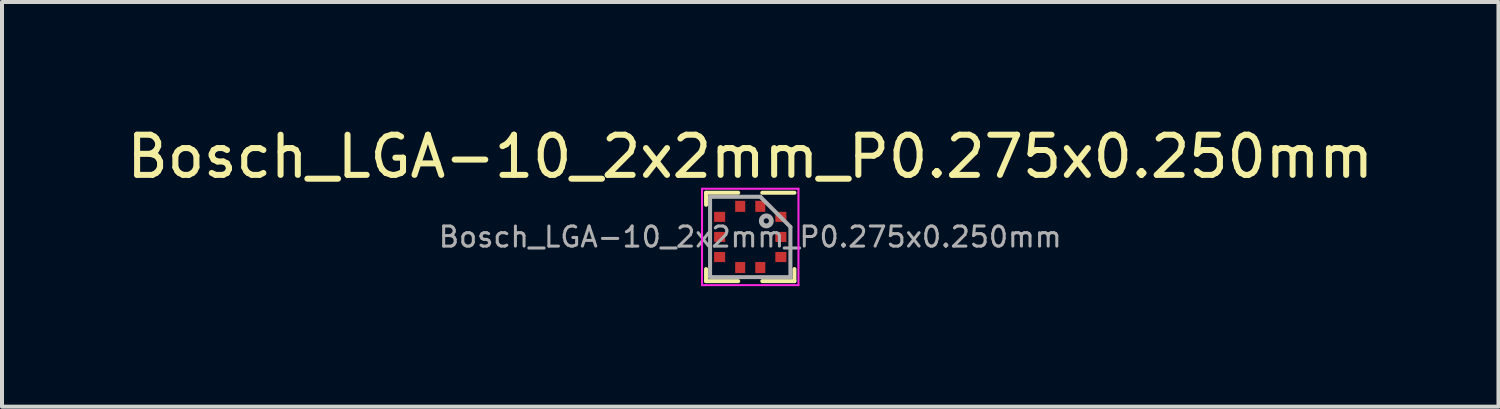
<source format=kicad_pcb>
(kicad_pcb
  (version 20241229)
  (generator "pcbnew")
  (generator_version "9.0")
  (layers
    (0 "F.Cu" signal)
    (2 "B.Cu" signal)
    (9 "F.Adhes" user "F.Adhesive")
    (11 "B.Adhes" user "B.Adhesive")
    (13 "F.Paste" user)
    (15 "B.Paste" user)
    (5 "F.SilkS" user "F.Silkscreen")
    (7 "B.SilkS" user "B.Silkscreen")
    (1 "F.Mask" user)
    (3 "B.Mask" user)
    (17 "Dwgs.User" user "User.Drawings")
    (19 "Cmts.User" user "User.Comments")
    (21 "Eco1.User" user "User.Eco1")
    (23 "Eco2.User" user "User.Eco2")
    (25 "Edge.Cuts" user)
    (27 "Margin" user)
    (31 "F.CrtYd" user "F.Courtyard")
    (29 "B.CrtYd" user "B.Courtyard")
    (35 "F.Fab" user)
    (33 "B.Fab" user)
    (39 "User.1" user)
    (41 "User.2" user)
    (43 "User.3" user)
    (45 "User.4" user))
  (footprint "Bosch_LGA-10_2x2mm_P0.275x0.250mm"
    (layer "F.Cu")
    (at 15.625 2.848)
    (property "Reference" "Bosch_LGA-10_2x2mm_P0.275x0.250mm" (at 0 -2 0) (layer "F.SilkS") (effects (font (size 1 1) (thickness 0.15))))
    (attr smd)
    (fp_line (start -1.1 -1.1) (end -0.3 -1.1) (stroke (width 0.1) (type solid)) (layer "F.SilkS"))
    (fp_line (start -1.1 -0.8) (end -1.1 -1.1) (stroke (width 0.1) (type solid)) (layer "F.SilkS"))
    (fp_line (start -1.1 1.1) (end -1.1 0.8) (stroke (width 0.1) (type solid)) (layer "F.SilkS"))
    (fp_line (start -1.1 1.1) (end -0.3 1.1) (stroke (width 0.1) (type solid)) (layer "F.SilkS"))
    (fp_line (start 0.3 -1.1) (end 1.1 -1.1) (stroke (width 0.1) (type solid)) (layer "F.SilkS"))
    (fp_line (start 1.1 0.8) (end 1.1 1.1) (stroke (width 0.1) (type solid)) (layer "F.SilkS"))
    (fp_line (start 1.1 1.1) (end 0.3 1.1) (stroke (width 0.1) (type solid)) (layer "F.SilkS"))
    (fp_line (start -1.2 -1.2) (end 1.2 -1.2) (stroke (width 0.05) (type solid)) (layer "F.CrtYd"))
    (fp_line (start -1.2 1.2) (end -1.2 -1.2) (stroke (width 0.05) (type solid)) (layer "F.CrtYd"))
    (fp_line (start 1.2 -1.2) (end 1.2 1.2) (stroke (width 0.05) (type solid)) (layer "F.CrtYd"))
    (fp_line (start 1.2 1.2) (end -1.2 1.2) (stroke (width 0.05) (type solid)) (layer "F.CrtYd"))
    (fp_line (start -1 -1) (end 0.25 -1) (stroke (width 0.1) (type solid)) (layer "F.Fab"))
    (fp_line (start -1 1) (end -1 -1) (stroke (width 0.1) (type solid)) (layer "F.Fab"))
    (fp_line (start 0.25 -1) (end 1 -0.25) (stroke (width 0.1) (type solid)) (layer "F.Fab"))
    (fp_line (start 1 -0.25) (end 1 1) (stroke (width 0.1) (type solid)) (layer "F.Fab"))
    (fp_line (start 1 1) (end -1 1) (stroke (width 0.1) (type solid)) (layer "F.Fab"))
    (fp_circle (center 0.4 -0.4) (end 0.525 -0.4) (stroke (width 0.12) (type solid)) (fill no) (layer "F.Fab"))
    (fp_text user "${REFERENCE}" (at 0 0 0) (layer "F.Fab") (effects (font (size 0.5 0.5) (thickness 0.075))))
    (pad "1" smd rect (at 0.25 -0.762 90) (size 0.275 0.25) (layers "F.Cu" "F.Mask" "F.Paste"))
    (pad "2" smd rect (at -0.25 -0.762 90) (size 0.275 0.25) (layers "F.Cu" "F.Mask" "F.Paste"))
    (pad "3" smd rect (at -0.762 -0.5) (size 0.275 0.25) (layers "F.Cu" "F.Mask" "F.Paste"))
    (pad "4" smd rect (at -0.762 0) (size 0.275 0.25) (layers "F.Cu" "F.Mask" "F.Paste"))
    (pad "5" smd rect (at -0.762 0.5) (size 0.275 0.25) (layers "F.Cu" "F.Mask" "F.Paste"))
    (pad "6" smd rect (at -0.25 0.762 90) (size 0.275 0.25) (layers "F.Cu" "F.Mask" "F.Paste"))
    (pad "7" smd rect (at 0.25 0.762 90) (size 0.275 0.25) (layers "F.Cu" "F.Mask" "F.Paste"))
    (pad "8" smd rect (at 0.762 0.5) (size 0.275 0.25) (layers "F.Cu" "F.Mask" "F.Paste"))
    (pad "9" smd rect (at 0.762 0) (size 0.275 0.25) (layers "F.Cu" "F.Mask" "F.Paste"))
    (pad "10" smd rect (at 0.762 -0.5) (size 0.275 0.25) (layers "F.Cu" "F.Mask" "F.Paste")))
  (gr_rect
    (start -3 -3)
    (end 34.25 7.073)
    (stroke (width 0.1) (type default))
    (fill no)
    (layer "Edge.Cuts")))
</source>
